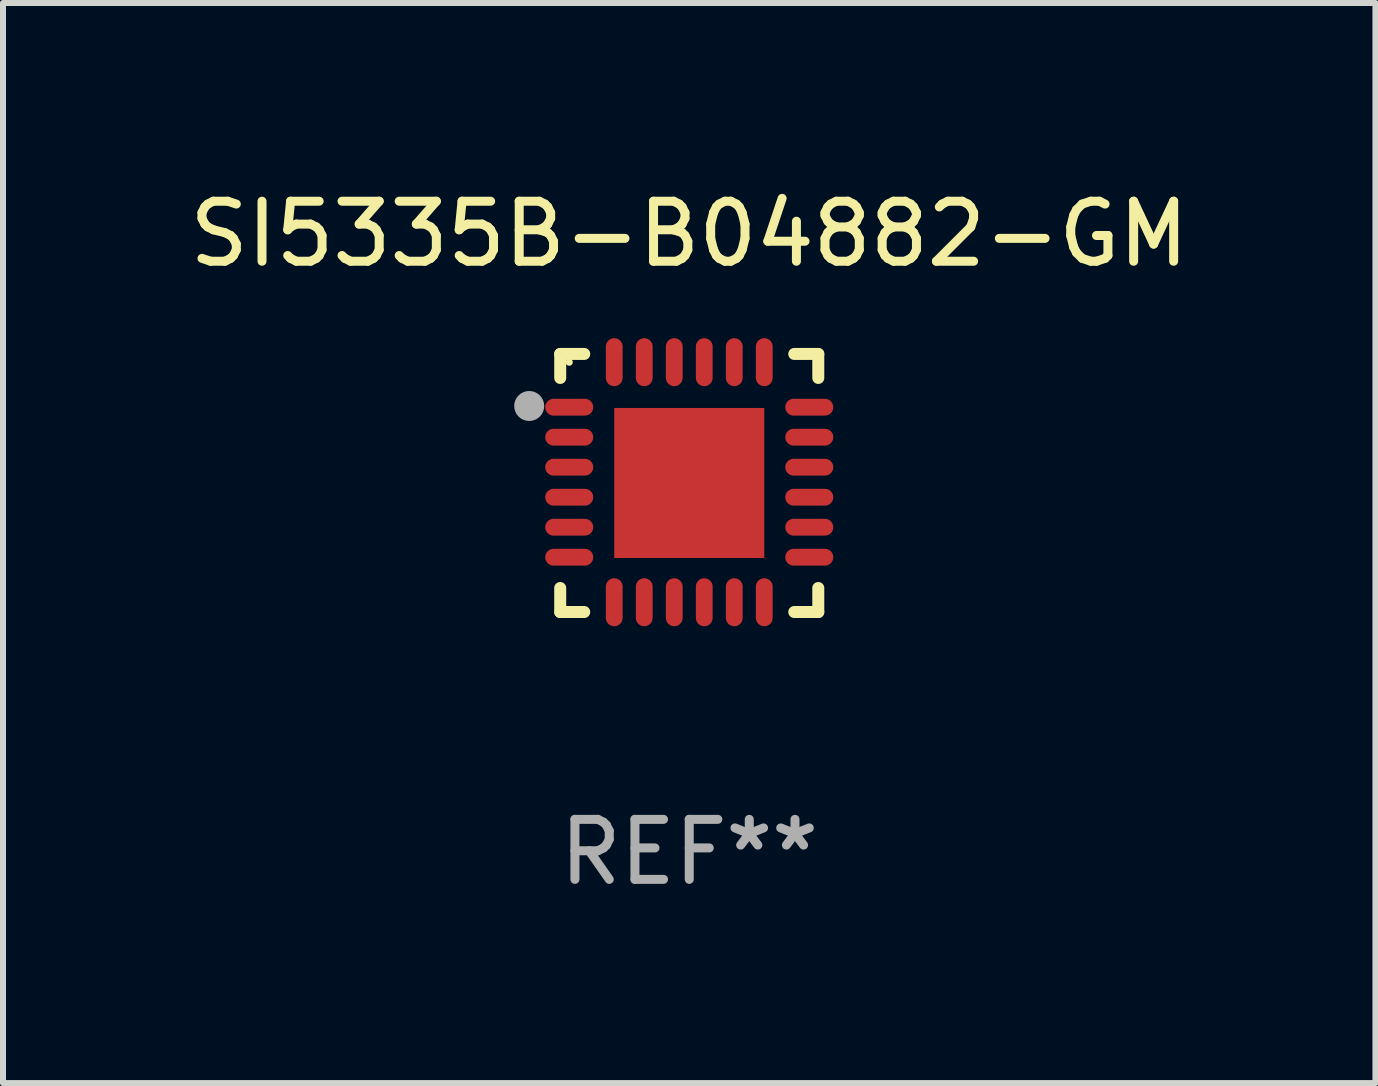
<source format=kicad_pcb>
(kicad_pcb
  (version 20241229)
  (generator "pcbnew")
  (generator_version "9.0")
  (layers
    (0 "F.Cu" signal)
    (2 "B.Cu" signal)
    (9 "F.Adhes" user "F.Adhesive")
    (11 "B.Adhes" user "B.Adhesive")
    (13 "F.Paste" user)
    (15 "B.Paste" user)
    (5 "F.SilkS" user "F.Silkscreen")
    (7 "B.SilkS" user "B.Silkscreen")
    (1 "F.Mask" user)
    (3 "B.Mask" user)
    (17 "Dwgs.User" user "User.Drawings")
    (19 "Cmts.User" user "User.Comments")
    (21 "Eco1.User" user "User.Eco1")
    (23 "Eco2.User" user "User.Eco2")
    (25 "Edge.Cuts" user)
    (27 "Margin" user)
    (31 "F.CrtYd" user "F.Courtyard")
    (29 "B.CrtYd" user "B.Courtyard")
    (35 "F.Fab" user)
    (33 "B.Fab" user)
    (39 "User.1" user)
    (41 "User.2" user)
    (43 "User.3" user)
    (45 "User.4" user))
  (footprint "SI5335B-B04882-GM"
    (layer "F.Cu")
    (at 8.435 4.998)
    (property "Reference" "SI5335B-B04882-GM" (at 0 -4.15 0) (layer "F.SilkS") (effects (font (size 1 1) (thickness 0.15))))
    (attr through_hole)
    (fp_line (start -2.15 -2.15) (end -1.75 -2.15) (stroke (width 0.2) (type solid)) (layer "F.SilkS"))
    (fp_line (start -2.15 -1.75) (end -2.15 -2.15) (stroke (width 0.2) (type solid)) (layer "F.SilkS"))
    (fp_line (start -2.15 2.15) (end -2.15 1.75) (stroke (width 0.2) (type solid)) (layer "F.SilkS"))
    (fp_line (start -1.75 2.15) (end -2.15 2.15) (stroke (width 0.2) (type solid)) (layer "F.SilkS"))
    (fp_line (start 1.75 -2.15) (end 2.15 -2.15) (stroke (width 0.2) (type solid)) (layer "F.SilkS"))
    (fp_line (start 1.75 2.15) (end 2.15 2.15) (stroke (width 0.2) (type solid)) (layer "F.SilkS"))
    (fp_line (start 2.15 -2.15) (end 2.15 -1.75) (stroke (width 0.2) (type solid)) (layer "F.SilkS"))
    (fp_line (start 2.15 2.15) (end 2.15 1.75) (stroke (width 0.2) (type solid)) (layer "F.SilkS"))
    (fp_circle (center -2 -2.013) (end -1.97 -2.013) (stroke (width 0.06) (type solid)) (fill no) (layer "F.SilkS"))
    (fp_circle (center -2.667 -1.283) (end -2.542 -1.283) (stroke (width 0.25) (type solid)) (fill no) (layer "F.Fab"))
    (fp_text user "REF**" (at 0 6.15 0) (layer "F.Fab") (effects (font (size 1 1) (thickness 0.15))))
    (pad "1" smd oval (at -2 -1.263) (size 0.8 0.28) (layers "F.Cu" "F.Mask" "F.Paste"))
    (pad "2" smd oval (at -2 -0.763) (size 0.8 0.28) (layers "F.Cu" "F.Mask" "F.Paste"))
    (pad "3" smd oval (at -2 -0.263) (size 0.8 0.28) (layers "F.Cu" "F.Mask" "F.Paste"))
    (pad "4" smd oval (at -2 0.237) (size 0.8 0.28) (layers "F.Cu" "F.Mask" "F.Paste"))
    (pad "5" smd oval (at -2 0.737) (size 0.8 0.28) (layers "F.Cu" "F.Mask" "F.Paste"))
    (pad "6" smd oval (at -2 1.237) (size 0.8 0.28) (layers "F.Cu" "F.Mask" "F.Paste"))
    (pad "7" smd oval (at -1.25 1.987) (size 0.28 0.8) (layers "F.Cu" "F.Mask" "F.Paste"))
    (pad "8" smd oval (at -0.75 1.987) (size 0.28 0.8) (layers "F.Cu" "F.Mask" "F.Paste"))
    (pad "9" smd oval (at -0.25 1.987) (size 0.28 0.8) (layers "F.Cu" "F.Mask" "F.Paste"))
    (pad "10" smd oval (at 0.25 1.987) (size 0.28 0.8) (layers "F.Cu" "F.Mask" "F.Paste"))
    (pad "11" smd oval (at 0.75 1.987) (size 0.28 0.8) (layers "F.Cu" "F.Mask" "F.Paste"))
    (pad "12" smd oval (at 1.25 1.987) (size 0.28 0.8) (layers "F.Cu" "F.Mask" "F.Paste"))
    (pad "13" smd oval (at 2 1.237) (size 0.8 0.28) (layers "F.Cu" "F.Mask" "F.Paste"))
    (pad "14" smd oval (at 2 0.737) (size 0.8 0.28) (layers "F.Cu" "F.Mask" "F.Paste"))
    (pad "15" smd oval (at 2 0.237) (size 0.8 0.28) (layers "F.Cu" "F.Mask" "F.Paste"))
    (pad "16" smd oval (at 2 -0.263) (size 0.8 0.28) (layers "F.Cu" "F.Mask" "F.Paste"))
    (pad "17" smd oval (at 2 -0.763) (size 0.8 0.28) (layers "F.Cu" "F.Mask" "F.Paste"))
    (pad "18" smd oval (at 2 -1.263) (size 0.8 0.28) (layers "F.Cu" "F.Mask" "F.Paste"))
    (pad "19" smd oval (at 1.25 -2.013) (size 0.28 0.8) (layers "F.Cu" "F.Mask" "F.Paste"))
    (pad "20" smd oval (at 0.75 -2.013) (size 0.28 0.8) (layers "F.Cu" "F.Mask" "F.Paste"))
    (pad "21" smd oval (at 0.25 -2.013) (size 0.28 0.8) (layers "F.Cu" "F.Mask" "F.Paste"))
    (pad "22" smd oval (at -0.25 -2.013) (size 0.28 0.8) (layers "F.Cu" "F.Mask" "F.Paste"))
    (pad "23" smd oval (at -0.75 -2.013) (size 0.28 0.8) (layers "F.Cu" "F.Mask" "F.Paste"))
    (pad "24" smd oval (at -1.25 -2.013) (size 0.28 0.8) (layers "F.Cu" "F.Mask" "F.Paste"))
    (pad "25" smd rect (at -0.000127 -0.00014) (size 2.5 2.5) (layers "F.Cu" "F.Mask" "F.Paste")))
  (gr_rect
    (start -3 -3)
    (end 19.869 14.997)
    (stroke (width 0.1) (type default))
    (fill no)
    (layer "Edge.Cuts")))
</source>
